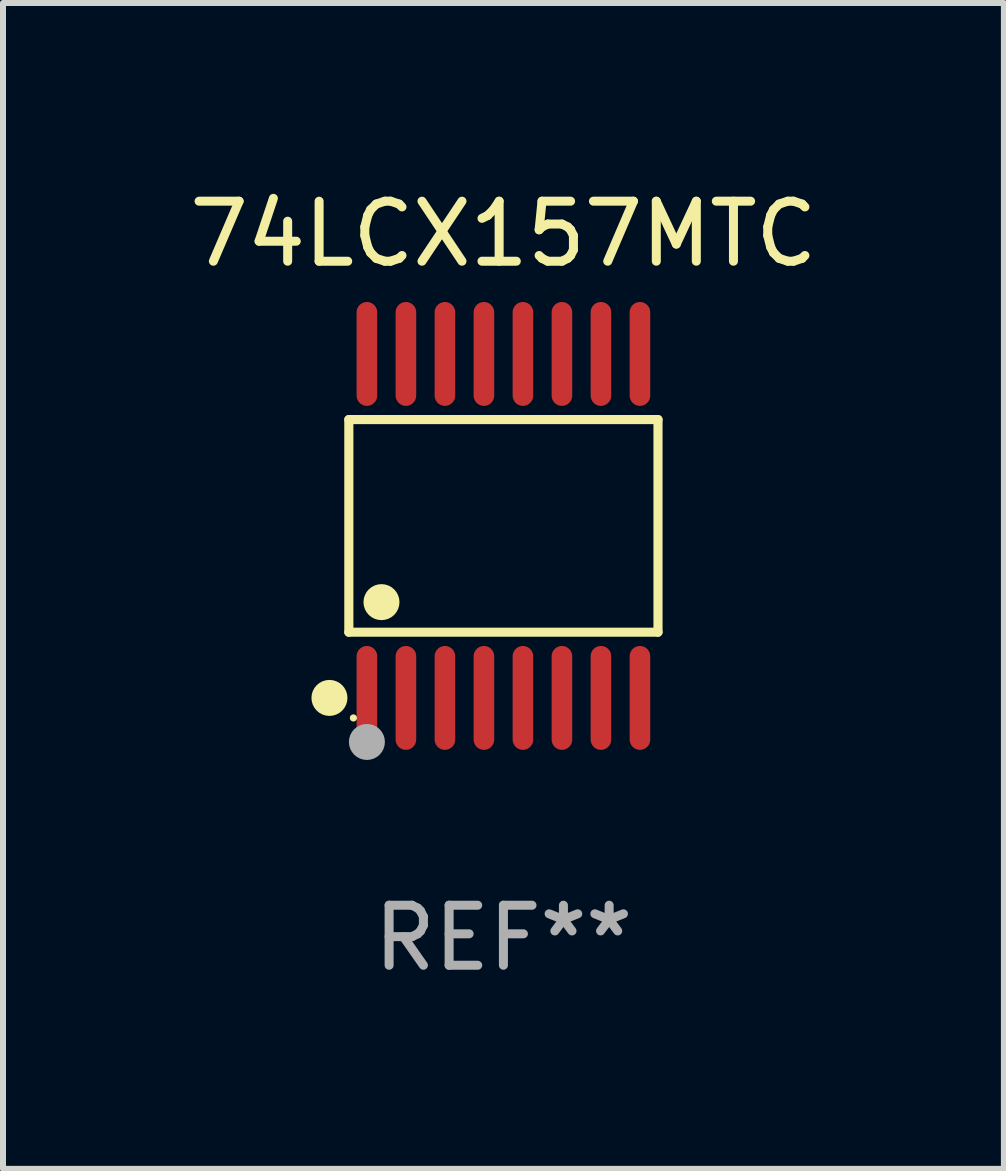
<source format=kicad_pcb>
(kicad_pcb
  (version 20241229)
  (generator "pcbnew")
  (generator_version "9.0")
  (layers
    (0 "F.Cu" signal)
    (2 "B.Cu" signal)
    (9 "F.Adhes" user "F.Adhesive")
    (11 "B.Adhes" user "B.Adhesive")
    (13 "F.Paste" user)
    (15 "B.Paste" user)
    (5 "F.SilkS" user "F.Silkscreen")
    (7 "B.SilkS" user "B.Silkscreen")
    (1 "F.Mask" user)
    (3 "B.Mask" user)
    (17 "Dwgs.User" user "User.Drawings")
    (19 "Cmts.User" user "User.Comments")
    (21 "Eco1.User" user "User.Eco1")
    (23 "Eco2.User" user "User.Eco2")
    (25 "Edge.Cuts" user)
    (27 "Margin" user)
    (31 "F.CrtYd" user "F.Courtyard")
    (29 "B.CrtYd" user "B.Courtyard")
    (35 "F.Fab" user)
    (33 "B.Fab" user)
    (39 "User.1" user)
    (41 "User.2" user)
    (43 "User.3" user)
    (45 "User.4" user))
  (footprint "74LCX157MTC"
    (layer "F.Cu")
    (at 5.339 5.714)
    (property "Reference" "74LCX157MTC" (at 0 -4.866 0) (layer "F.SilkS") (effects (font (size 1 1) (thickness 0.15))))
    (attr through_hole)
    (fp_line (start -2.576 -1.772) (end 2.576 -1.772) (stroke (width 0.152) (type solid)) (layer "F.SilkS"))
    (fp_line (start -2.576 1.771) (end -2.576 -1.772) (stroke (width 0.152) (type solid)) (layer "F.SilkS"))
    (fp_line (start 2.576 -1.772) (end 2.576 1.771) (stroke (width 0.152) (type solid)) (layer "F.SilkS"))
    (fp_line (start 2.576 1.771) (end -2.576 1.771) (stroke (width 0.152) (type solid)) (layer "F.SilkS"))
    (fp_circle (center -2.899 2.866) (end -2.749 2.866) (stroke (width 0.3) (type solid)) (fill no) (layer "F.SilkS"))
    (fp_circle (center -2.5 3.2) (end -2.47 3.2) (stroke (width 0.06) (type solid)) (fill no) (layer "F.SilkS"))
    (fp_circle (center -2.032 1.27) (end -1.882 1.27) (stroke (width 0.3) (type solid)) (fill no) (layer "F.SilkS"))
    (fp_circle (center -2.275 3.6) (end -2.125 3.6) (stroke (width 0.3) (type solid)) (fill no) (layer "F.Fab"))
    (fp_text user "REF**" (at 0 6.866 0) (layer "F.Fab") (effects (font (size 1 1) (thickness 0.15))))
    (pad "1" smd oval (at -2.275 2.866) (size 0.343 1.731) (layers "F.Cu" "F.Mask" "F.Paste"))
    (pad "2" smd oval (at -1.625 2.866) (size 0.343 1.731) (layers "F.Cu" "F.Mask" "F.Paste"))
    (pad "3" smd oval (at -0.975 2.866) (size 0.343 1.731) (layers "F.Cu" "F.Mask" "F.Paste"))
    (pad "4" smd oval (at -0.325 2.866) (size 0.343 1.731) (layers "F.Cu" "F.Mask" "F.Paste"))
    (pad "5" smd oval (at 0.325 2.866) (size 0.343 1.731) (layers "F.Cu" "F.Mask" "F.Paste"))
    (pad "6" smd oval (at 0.975 2.866) (size 0.343 1.731) (layers "F.Cu" "F.Mask" "F.Paste"))
    (pad "7" smd oval (at 1.625 2.866) (size 0.343 1.731) (layers "F.Cu" "F.Mask" "F.Paste"))
    (pad "8" smd oval (at 2.275 2.866) (size 0.343 1.731) (layers "F.Cu" "F.Mask" "F.Paste"))
    (pad "9" smd oval (at 2.275 -2.866) (size 0.343 1.731) (layers "F.Cu" "F.Mask" "F.Paste"))
    (pad "10" smd oval (at 1.625 -2.866) (size 0.343 1.731) (layers "F.Cu" "F.Mask" "F.Paste"))
    (pad "11" smd oval (at 0.975 -2.866) (size 0.343 1.731) (layers "F.Cu" "F.Mask" "F.Paste"))
    (pad "12" smd oval (at 0.325 -2.866) (size 0.343 1.731) (layers "F.Cu" "F.Mask" "F.Paste"))
    (pad "13" smd oval (at -0.325 -2.866) (size 0.343 1.731) (layers "F.Cu" "F.Mask" "F.Paste"))
    (pad "14" smd oval (at -0.975 -2.866) (size 0.343 1.731) (layers "F.Cu" "F.Mask" "F.Paste"))
    (pad "15" smd oval (at -1.625 -2.866) (size 0.343 1.731) (layers "F.Cu" "F.Mask" "F.Paste"))
    (pad "16" smd oval (at -2.275 -2.866) (size 0.343 1.731) (layers "F.Cu" "F.Mask" "F.Paste")))
  (gr_rect
    (start -3 -3)
    (end 13.679 16.428)
    (stroke (width 0.1) (type default))
    (fill no)
    (layer "Edge.Cuts")))
</source>
